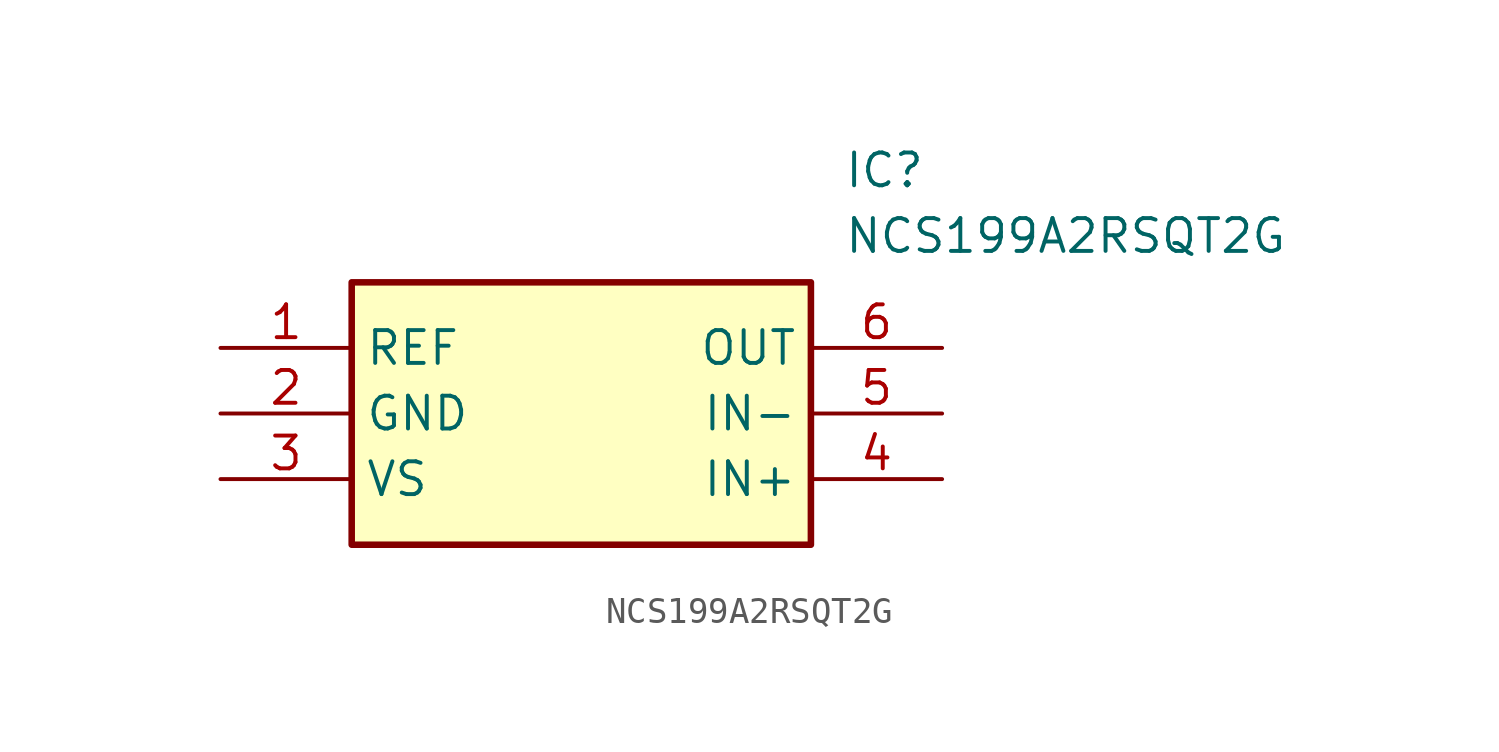
<source format=kicad_sym>
(kicad_symbol_lib
  (version 20211014)
  (generator SamacSys_ECAD_Model)
  (symbol "NCS199A2RSQT2G"
    (property "Reference" "IC"
      (at 24.13 7.62 0)
      (effects (font (size 1.27 1.27)) (justify left top)))
    (property "Value" "NCS199A2RSQT2G"
      (at 24.13 5.08 0)
      (effects (font (size 1.27 1.27)) (justify left top)))
    (rectangle
      (start 5.08 2.54)
      (end 22.86 -7.62)
      (stroke (width 0.254) (type default))
      (fill (type background)))
    (pin passive line
      (at 0 0 0)
      (length 5.08)
      (name "REF" (effects (font (size 1.27 1.27))))
      (number "1" (effects (font (size 1.27 1.27)))))
    (pin passive line
      (at 0 -2.54 0)
      (length 5.08)
      (name "GND" (effects (font (size 1.27 1.27))))
      (number "2" (effects (font (size 1.27 1.27)))))
    (pin passive line
      (at 0 -5.08 0)
      (length 5.08)
      (name "VS" (effects (font (size 1.27 1.27))))
      (number "3" (effects (font (size 1.27 1.27)))))
    (pin passive line
      (at 27.94 0 180)
      (length 5.08)
      (name "OUT" (effects (font (size 1.27 1.27))))
      (number "6" (effects (font (size 1.27 1.27)))))
    (pin passive line
      (at 27.94 -2.54 180)
      (length 5.08)
      (name "IN-" (effects (font (size 1.27 1.27))))
      (number "5" (effects (font (size 1.27 1.27)))))
    (pin passive line
      (at 27.94 -5.08 180)
      (length 5.08)
      (name "IN+" (effects (font (size 1.27 1.27))))
      (number "4" (effects (font (size 1.27 1.27)))))))
</source>
